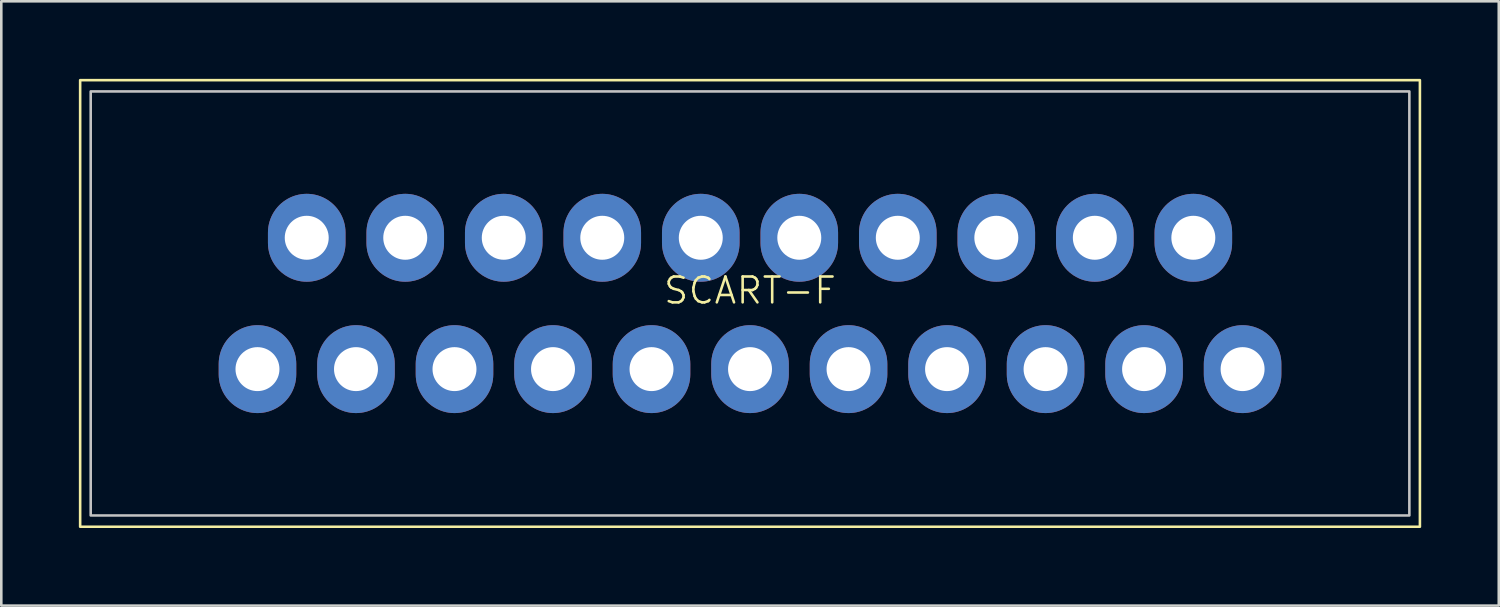
<source format=kicad_pcb>
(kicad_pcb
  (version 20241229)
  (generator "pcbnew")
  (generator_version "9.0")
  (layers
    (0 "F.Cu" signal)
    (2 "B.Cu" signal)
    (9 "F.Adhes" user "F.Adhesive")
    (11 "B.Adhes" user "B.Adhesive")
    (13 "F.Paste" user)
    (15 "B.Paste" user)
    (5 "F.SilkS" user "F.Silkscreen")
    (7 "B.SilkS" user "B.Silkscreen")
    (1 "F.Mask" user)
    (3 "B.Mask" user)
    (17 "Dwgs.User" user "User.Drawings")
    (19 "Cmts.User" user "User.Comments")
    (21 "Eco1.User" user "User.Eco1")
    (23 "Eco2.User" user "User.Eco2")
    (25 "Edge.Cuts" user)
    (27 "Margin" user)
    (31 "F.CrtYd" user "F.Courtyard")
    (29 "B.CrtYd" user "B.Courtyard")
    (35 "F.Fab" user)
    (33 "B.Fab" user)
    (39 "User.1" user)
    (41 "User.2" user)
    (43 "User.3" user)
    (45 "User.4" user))
  (footprint "SCART-F"
    (layer "F.Cu")
    (at 25.958 8.686)
    (property "Reference" "SCART-F" (at 0 -0.5 0) (unlocked yes) (layer "F.SilkS") (effects (font (size 1 1) (thickness 0.1))))
    (attr through_hole)
    (fp_rect (start -25.908 -8.636) (end 25.908 8.636) (stroke (width 0.1) (type default)) (fill no) (layer "F.SilkS"))
    (fp_rect (start -25.5 -8.2) (end 25.5 8.2) (stroke (width 0.1) (type default)) (fill no) (layer "Dwgs.User"))
    (pad "1" thru_hole oval (at -19.05 2.54) (size 3 3.4) (drill 1.7) (layers "*.Cu" "*.Mask"))
    (pad "2" thru_hole oval (at -17.145 -2.54) (size 3 3.4) (drill 1.7) (layers "*.Cu" "*.Mask"))
    (pad "3" thru_hole oval (at -15.24 2.54) (size 3 3.4) (drill 1.7) (layers "*.Cu" "*.Mask"))
    (pad "4" thru_hole oval (at -13.335 -2.54) (size 3 3.4) (drill 1.7) (layers "*.Cu" "*.Mask"))
    (pad "5" thru_hole oval (at -11.43 2.54) (size 3 3.4) (drill 1.7) (layers "*.Cu" "*.Mask"))
    (pad "6" thru_hole oval (at -9.525 -2.54) (size 3 3.4) (drill 1.7) (layers "*.Cu" "*.Mask"))
    (pad "7" thru_hole oval (at -7.62 2.54) (size 3 3.4) (drill 1.7) (layers "*.Cu" "*.Mask"))
    (pad "8" thru_hole oval (at -5.715 -2.54) (size 3 3.4) (drill 1.7) (layers "*.Cu" "*.Mask"))
    (pad "9" thru_hole oval (at -3.81 2.54) (size 3 3.4) (drill 1.7) (layers "*.Cu" "*.Mask"))
    (pad "10" thru_hole oval (at -1.905 -2.54) (size 3 3.4) (drill 1.7) (layers "*.Cu" "*.Mask"))
    (pad "11" thru_hole oval (at 0 2.54) (size 3 3.4) (drill 1.7) (layers "*.Cu" "*.Mask"))
    (pad "12" thru_hole oval (at 1.905 -2.54) (size 3 3.4) (drill 1.7) (layers "*.Cu" "*.Mask"))
    (pad "13" thru_hole oval (at 3.81 2.54) (size 3 3.4) (drill 1.7) (layers "*.Cu" "*.Mask"))
    (pad "14" thru_hole oval (at 5.715 -2.54) (size 3 3.4) (drill 1.7) (layers "*.Cu" "*.Mask"))
    (pad "15" thru_hole oval (at 7.62 2.54) (size 3 3.4) (drill 1.7) (layers "*.Cu" "*.Mask"))
    (pad "16" thru_hole oval (at 9.525 -2.54) (size 3 3.4) (drill 1.7) (layers "*.Cu" "*.Mask"))
    (pad "17" thru_hole oval (at 11.43 2.54) (size 3 3.4) (drill 1.7) (layers "*.Cu" "*.Mask"))
    (pad "18" thru_hole oval (at 13.335 -2.54) (size 3 3.4) (drill 1.7) (layers "*.Cu" "*.Mask"))
    (pad "19" thru_hole oval (at 15.24 2.54) (size 3 3.4) (drill 1.7) (layers "*.Cu" "*.Mask"))
    (pad "20" thru_hole oval (at 17.145 -2.54) (size 3 3.4) (drill 1.7) (layers "*.Cu" "*.Mask"))
    (pad "21" thru_hole oval (at 19.05 2.54) (size 3 3.4) (drill 1.7) (layers "*.Cu" "*.Mask")))
  (gr_rect
    (start -3 -3)
    (end 54.916 20.372)
    (stroke (width 0.1) (type default))
    (fill no)
    (layer "Edge.Cuts")))
</source>
